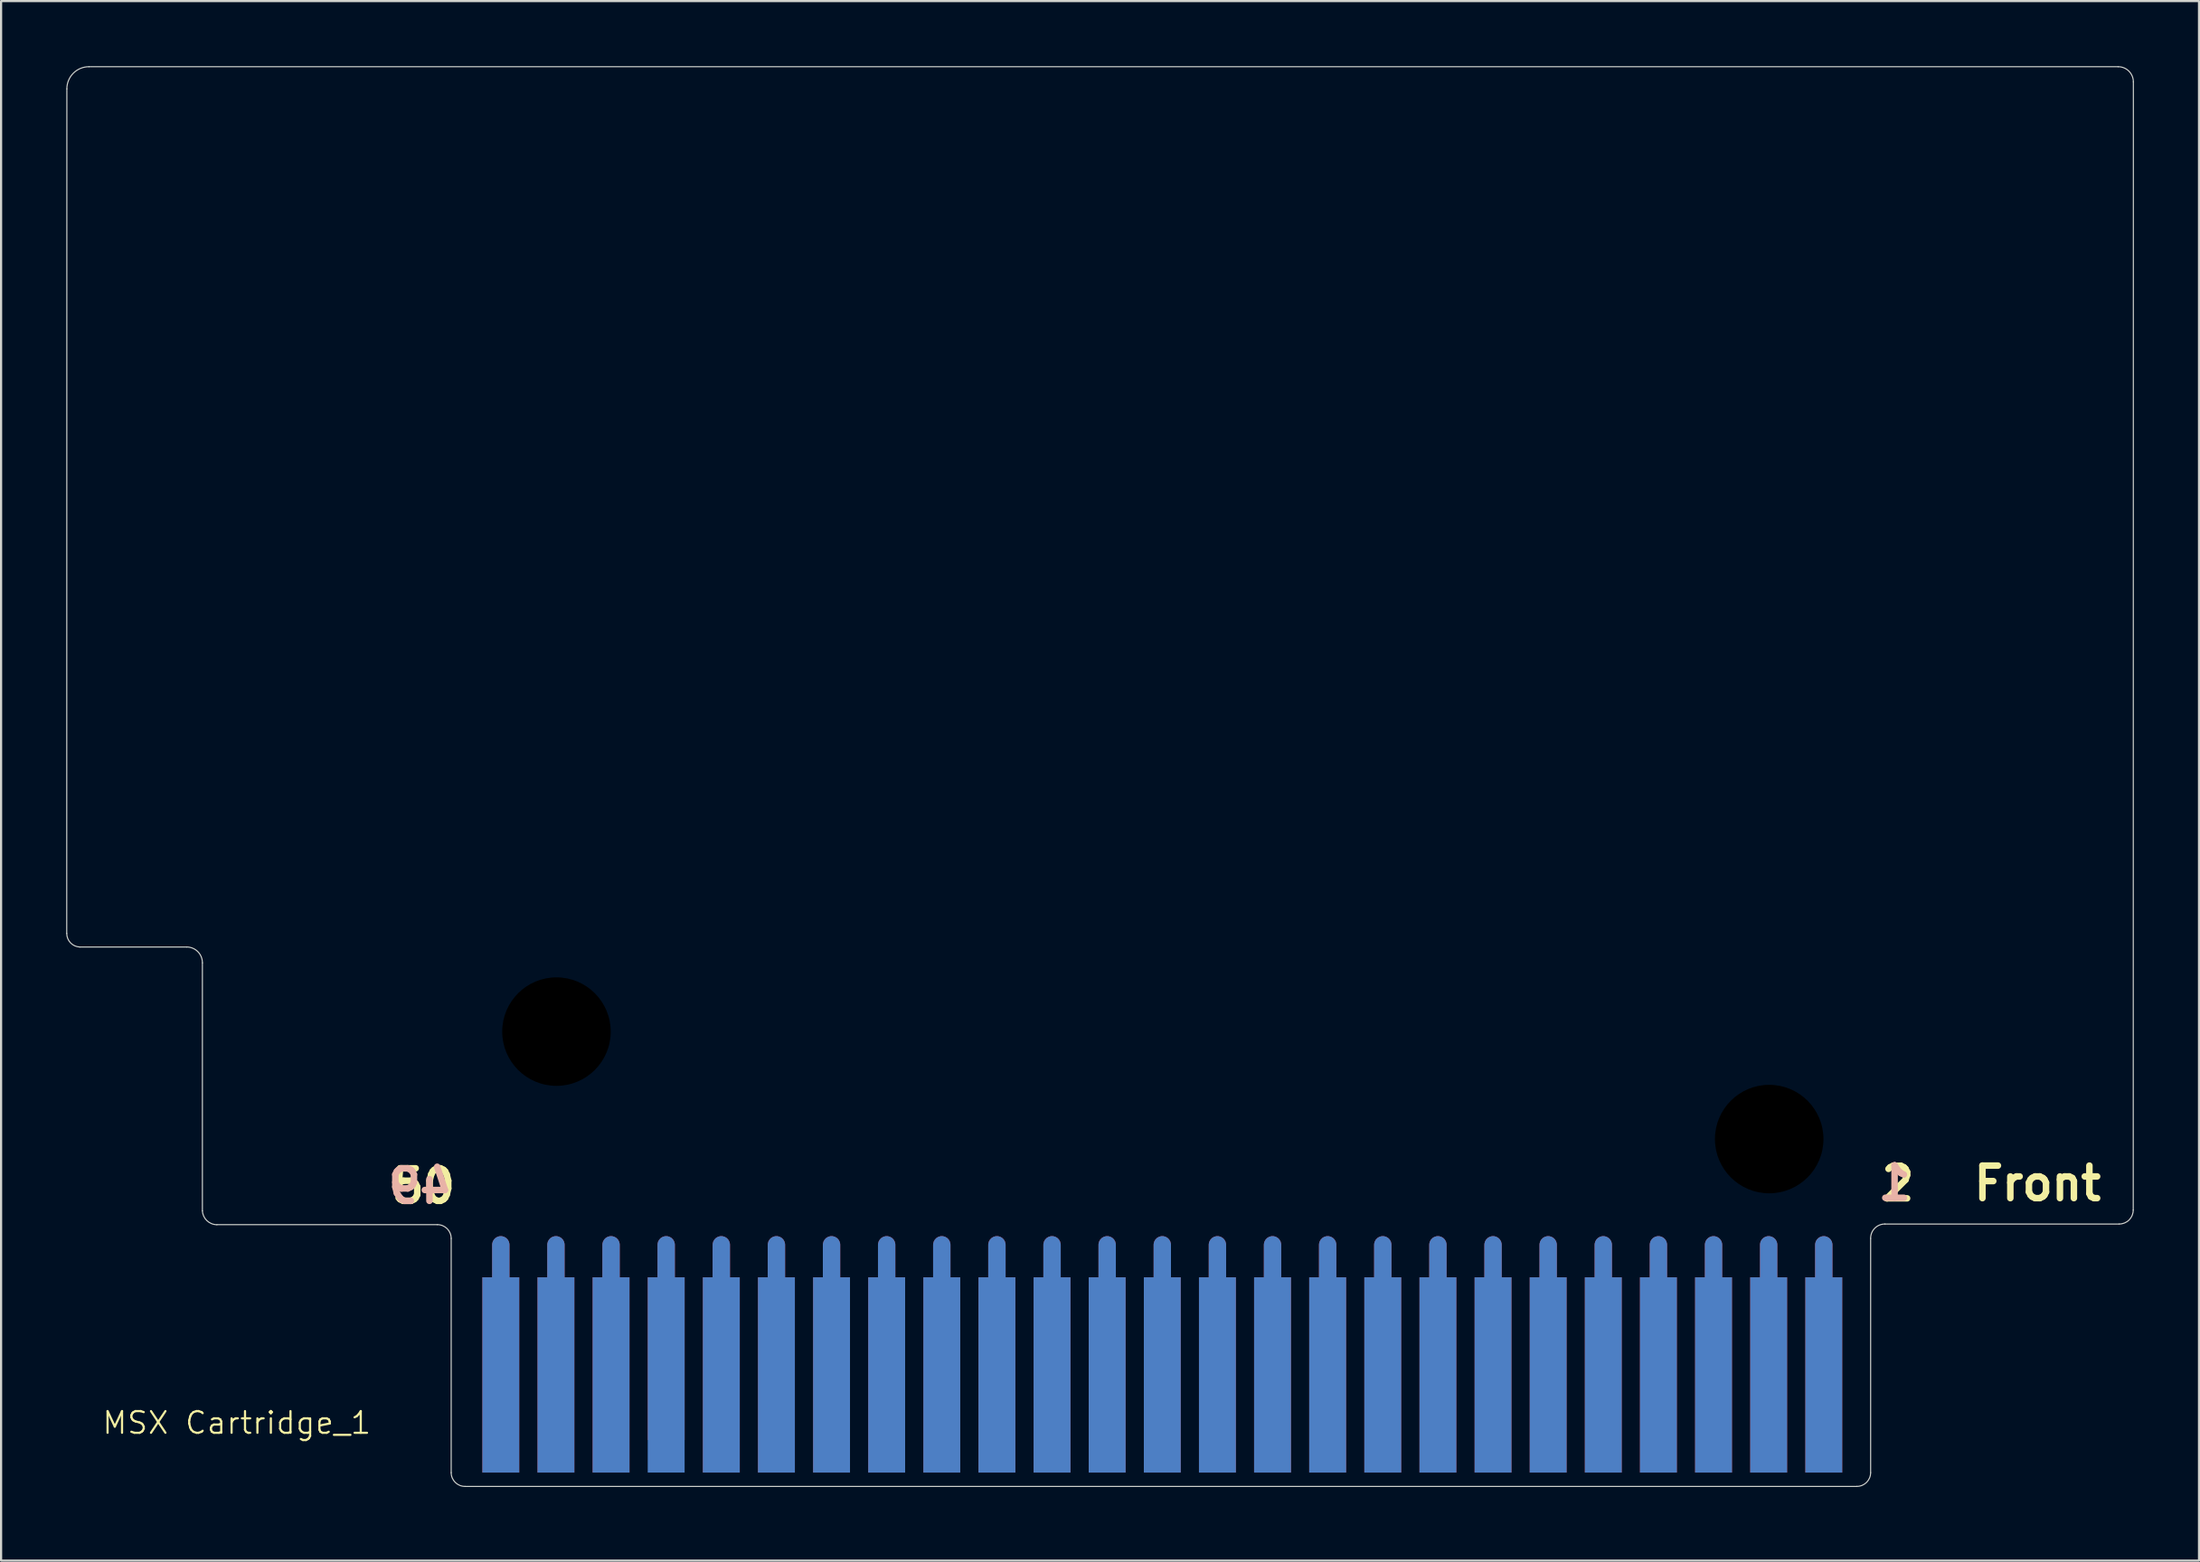
<source format=kicad_pcb>
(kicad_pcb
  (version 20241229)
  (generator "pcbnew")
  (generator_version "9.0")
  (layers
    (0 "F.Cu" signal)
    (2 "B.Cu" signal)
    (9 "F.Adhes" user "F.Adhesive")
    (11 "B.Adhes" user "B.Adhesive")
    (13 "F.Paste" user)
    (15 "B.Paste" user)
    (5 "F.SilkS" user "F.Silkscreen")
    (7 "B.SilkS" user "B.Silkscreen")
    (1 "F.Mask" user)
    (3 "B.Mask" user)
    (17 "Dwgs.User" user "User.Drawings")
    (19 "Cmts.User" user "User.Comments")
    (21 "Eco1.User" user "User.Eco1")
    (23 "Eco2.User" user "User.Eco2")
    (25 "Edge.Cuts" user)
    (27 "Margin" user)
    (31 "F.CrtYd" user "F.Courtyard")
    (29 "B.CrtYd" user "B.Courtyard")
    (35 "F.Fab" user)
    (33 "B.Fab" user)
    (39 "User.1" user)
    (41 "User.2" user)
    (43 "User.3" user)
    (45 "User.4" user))
  (footprint "MSX Cartridge_1"
    (layer "F.Cu")
    (at 20.051 55.875)
    (property "Reference" "MSX Cartridge_1" (at -12.192 6.659 0) (unlocked yes) (layer "F.SilkS") (effects (font (size 1 1) (thickness 0.1))))
    (attr smd)
    (fp_rect (start -2.311 -0.018) (end 63.094 9.609) (stroke (width 0) (type solid)) (fill yes) (layer "F.Mask"))
    (fp_rect (start 63.094 0.008) (end -2.311 9.609) (stroke (width 0) (type solid)) (fill yes) (layer "B.Mask"))
    (fp_line (start -20.02 -54.83) (end -20.026 -15.9) (stroke (width 0.05) (type default)) (layer "Edge.Cuts"))
    (fp_line (start -19.431 -15.275) (end -14.5 -15.275) (stroke (width 0.05) (type default)) (layer "Edge.Cuts"))
    (fp_line (start -19 -55.85) (end 74.5 -55.85) (stroke (width 0.05) (type default)) (layer "Edge.Cuts"))
    (fp_line (start -13.775 -3.116) (end -13.775 -14.546) (stroke (width 0.05) (type default)) (layer "Edge.Cuts"))
    (fp_line (start -2.946 -2.477) (end -13.106 -2.477) (stroke (width 0.05) (type default)) (layer "Edge.Cuts"))
    (fp_line (start -2.311 8.953) (end -2.311 -1.842) (stroke (width 0.05) (type default)) (layer "Edge.Cuts"))
    (fp_line (start 62.459 9.588) (end -1.676 9.588) (stroke (width 0.05) (type default)) (layer "Edge.Cuts"))
    (fp_line (start 63.094 -1.842) (end 63.094 8.953) (stroke (width 0.05) (type default)) (layer "Edge.Cuts"))
    (fp_line (start 74.549 -2.506) (end 63.754 -2.506) (stroke (width 0.05) (type default)) (layer "Edge.Cuts"))
    (fp_line (start 75.2 -55.15) (end 75.194 -3.15) (stroke (width 0.05) (type default)) (layer "Edge.Cuts"))
    (fp_arc (start -20.02 -54.83) (mid -19.721249 -55.551249) (end -19 -55.85) (stroke (width 0.05) (type default)) (layer "Edge.Cuts"))
    (fp_arc (start -19.431 -15.275023) (mid -19.853296 -15.468631) (end -20.025745 -15.9) (stroke (width 0.05) (type default)) (layer "Edge.Cuts"))
    (fp_arc (start -14.5 -15.275023) (mid -13.985924 -15.061257) (end -13.774988 -14.546013) (stroke (width 0.05) (type default)) (layer "Edge.Cuts"))
    (fp_arc (start -13.106431 -2.474189) (mid -13.568046 -2.66246) (end -13.774987 -3.116013) (stroke (width 0.05) (type default)) (layer "Edge.Cuts"))
    (fp_arc (start -2.9464 -2.4774) (mid -2.497387 -2.291413) (end -2.3114 -1.8424) (stroke (width 0.05) (type default)) (layer "Edge.Cuts"))
    (fp_arc (start -1.6764 9.5876) (mid -2.125413 9.401613) (end -2.3114 8.9526) (stroke (width 0.05) (type default)) (layer "Edge.Cuts"))
    (fp_arc (start 63.0936 8.9526) (mid 62.907613 9.401613) (end 62.4586 9.5876) (stroke (width 0.05) (type default)) (layer "Edge.Cuts"))
    (fp_arc (start 63.093601 -1.8424) (mid 63.284601 -2.312949) (end 63.754135 -2.50643) (stroke (width 0.05) (type default)) (layer "Edge.Cuts"))
    (fp_arc (start 74.5 -55.85) (mid 74.994975 -55.644975) (end 75.2 -55.15) (stroke (width 0.05) (type default)) (layer "Edge.Cuts"))
    (fp_arc (start 75.19357 -3.15) (mid 75.004767 -2.694622) (end 74.549135 -2.506431) (stroke (width 0.05) (type default)) (layer "Edge.Cuts"))
    (fp_text user "50" (at -5.216 -3.375 0) (unlocked yes) (layer "F.SilkS") (effects (font (size 1.5 1.5) (thickness 0.3) (bold yes)) (justify left bottom)))
    (fp_text user "2" (at 63.434 -3.491 0) (unlocked yes) (layer "F.SilkS") (effects (font (size 1.5 1.5) (thickness 0.3) (bold yes)) (justify left bottom)))
    (fp_text user "Front" (at 67.691 -3.5 0) (unlocked yes) (layer "F.SilkS") (effects (font (size 1.5 1.5) (thickness 0.3) (bold yes)) (justify left bottom)))
    (fp_text user "49" (at -2.116 -3.375 0) (unlocked yes) (layer "B.SilkS") (effects (font (size 1.5 1.5) (thickness 0.3) (bold yes)) (justify left bottom mirror)))
    (fp_text user "1" (at 65.109 -3.516 0) (unlocked yes) (layer "B.SilkS") (effects (font (size 1.5 1.5) (thickness 0.3) (bold yes)) (justify left bottom mirror)))
    (pad "" np_thru_hole circle (at 2.54 -11.375) (size 6 6) (drill 5) (layers "*.Mask"))
    (pad "" np_thru_hole circle (at 58.42 -6.422) (size 6 6) (drill 5) (layers "*.Mask"))
    (pad "1" smd custom (at 60.935 -1.549) (size 0.6 0.6) (layers "B.Cu" "B.Mask" "B.Paste") (options (anchor circle)) (primitives (gr_line (start 0 1.5) (end 0 0) (width 0.8)) (gr_poly (pts (xy 0.85 1.5) (xy 0.85 10.5) (xy -0.85 10.5) (xy -0.85 1.5)) (width 0) (fill yes))))
    (pad "2" smd custom (at 60.935 -1.549) (size 0.6 0.6) (layers "F.Cu" "F.Mask" "F.Paste") (options (anchor circle)) (primitives (gr_line (start 0 0) (end 0 1.5) (width 0.8)) (gr_poly (pts (xy -0.85 1.5) (xy -0.85 10.5) (xy 0.85 10.5) (xy 0.85 1.5)) (width 0) (fill yes))))
    (pad "3" smd custom (at 58.395 -1.549) (size 0.6 0.6) (layers "B.Cu" "B.Mask" "B.Paste") (options (anchor circle)) (primitives (gr_line (start 0 1.5) (end 0 0) (width 0.8)) (gr_poly (pts (xy 0.85 1.5) (xy 0.85 10.5) (xy -0.85 10.5) (xy -0.85 1.5)) (width 0) (fill yes))))
    (pad "4" smd custom (at 58.395 -1.549) (size 0.6 0.6) (layers "F.Cu" "F.Mask" "F.Paste") (options (anchor circle)) (primitives (gr_line (start 0 0) (end 0 1.5) (width 0.8)) (gr_poly (pts (xy -0.85 1.5) (xy -0.85 10.5) (xy 0.85 10.5) (xy 0.85 1.5)) (width 0) (fill yes))))
    (pad "5" smd custom (at 55.855 -1.549) (size 0.6 0.6) (layers "B.Cu" "B.Mask" "B.Paste") (options (anchor circle)) (primitives (gr_line (start 0 1.5) (end 0 0) (width 0.8)) (gr_poly (pts (xy 0.85 1.5) (xy 0.85 10.5) (xy -0.85 10.5) (xy -0.85 1.5)) (width 0) (fill yes))))
    (pad "6" smd custom (at 55.855 -1.549) (size 0.6 0.6) (layers "F.Cu" "F.Mask" "F.Paste") (options (anchor circle)) (primitives (gr_line (start 0 0) (end 0 1.5) (width 0.8)) (gr_poly (pts (xy -0.85 1.5) (xy -0.85 10.5) (xy 0.85 10.5) (xy 0.85 1.5)) (width 0) (fill yes))))
    (pad "7" smd custom (at 53.315 -1.549) (size 0.6 0.6) (layers "B.Cu" "B.Mask" "B.Paste") (options (anchor circle)) (primitives (gr_line (start 0 1.5) (end 0 0) (width 0.8)) (gr_poly (pts (xy 0.85 1.5) (xy 0.85 10.5) (xy -0.85 10.5) (xy -0.85 1.5)) (width 0) (fill yes))))
    (pad "8" smd custom (at 53.315 -1.549) (size 0.6 0.6) (layers "F.Cu" "F.Mask" "F.Paste") (options (anchor circle)) (primitives (gr_line (start 0 0) (end 0 1.5) (width 0.8)) (gr_poly (pts (xy -0.85 1.5) (xy -0.85 10.5) (xy 0.85 10.5) (xy 0.85 1.5)) (width 0) (fill yes))))
    (pad "9" smd custom (at 50.775 -1.549) (size 0.6 0.6) (layers "B.Cu" "B.Mask" "B.Paste") (options (anchor circle)) (primitives (gr_line (start 0 1.5) (end 0 0) (width 0.8)) (gr_poly (pts (xy 0.85 1.5) (xy 0.85 10.5) (xy -0.85 10.5) (xy -0.85 1.5)) (width 0) (fill yes))))
    (pad "10" smd custom (at 50.775 -1.549) (size 0.6 0.6) (layers "F.Cu" "F.Mask" "F.Paste") (options (anchor circle)) (primitives (gr_line (start 0 0) (end 0 1.5) (width 0.8)) (gr_poly (pts (xy -0.85 1.5) (xy -0.85 10.5) (xy 0.85 10.5) (xy 0.85 1.5)) (width 0) (fill yes))))
    (pad "11" smd custom (at 48.235 -1.549) (size 0.6 0.6) (layers "B.Cu" "B.Mask" "B.Paste") (options (anchor circle)) (primitives (gr_line (start 0 1.5) (end 0 0) (width 0.8)) (gr_poly (pts (xy 0.85 1.5) (xy 0.85 10.5) (xy -0.85 10.5) (xy -0.85 1.5)) (width 0) (fill yes))))
    (pad "12" smd custom (at 48.235 -1.549) (size 0.6 0.6) (layers "F.Cu" "F.Mask" "F.Paste") (options (anchor circle)) (primitives (gr_line (start 0 0) (end 0 1.5) (width 0.8)) (gr_poly (pts (xy -0.85 1.5) (xy -0.85 10.5) (xy 0.85 10.5) (xy 0.85 1.5)) (width 0) (fill yes))))
    (pad "13" smd custom (at 45.695 -1.549) (size 0.6 0.6) (layers "B.Cu" "B.Mask" "B.Paste") (options (anchor circle)) (primitives (gr_line (start 0 1.5) (end 0 0) (width 0.8)) (gr_poly (pts (xy 0.85 1.5) (xy 0.85 10.5) (xy -0.85 10.5) (xy -0.85 1.5)) (width 0) (fill yes))))
    (pad "14" smd custom (at 45.695 -1.549) (size 0.6 0.6) (layers "F.Cu" "F.Mask" "F.Paste") (options (anchor circle)) (primitives (gr_line (start 0 0) (end 0 1.5) (width 0.8)) (gr_poly (pts (xy -0.85 1.5) (xy -0.85 10.5) (xy 0.85 10.5) (xy 0.85 1.5)) (width 0) (fill yes))))
    (pad "15" smd custom (at 43.155 -1.549) (size 0.6 0.6) (layers "B.Cu" "B.Mask" "B.Paste") (options (anchor circle)) (primitives (gr_line (start 0 1.5) (end 0 0) (width 0.8)) (gr_poly (pts (xy 0.85 1.5) (xy 0.85 10.5) (xy -0.85 10.5) (xy -0.85 1.5)) (width 0) (fill yes))))
    (pad "16" smd custom (at 43.155 -1.549) (size 0.6 0.6) (layers "F.Cu" "F.Mask" "F.Paste") (options (anchor circle)) (primitives (gr_line (start 0 0) (end 0 1.5) (width 0.8)) (gr_poly (pts (xy -0.85 1.5) (xy -0.85 10.5) (xy 0.85 10.5) (xy 0.85 1.5)) (width 0) (fill yes))))
    (pad "17" smd custom (at 40.615 -1.549) (size 0.6 0.6) (layers "B.Cu" "B.Mask" "B.Paste") (options (anchor circle)) (primitives (gr_line (start 0 1.5) (end 0 0) (width 0.8)) (gr_poly (pts (xy 0.85 1.5) (xy 0.85 10.5) (xy -0.85 10.5) (xy -0.85 1.5)) (width 0) (fill yes))))
    (pad "18" smd custom (at 40.615 -1.549) (size 0.6 0.6) (layers "F.Cu" "F.Mask" "F.Paste") (options (anchor circle)) (primitives (gr_line (start 0 0) (end 0 1.5) (width 0.8)) (gr_poly (pts (xy -0.85 1.5) (xy -0.85 10.5) (xy 0.85 10.5) (xy 0.85 1.5)) (width 0) (fill yes))))
    (pad "19" smd custom (at 38.075 -1.549) (size 0.6 0.6) (layers "B.Cu" "B.Mask" "B.Paste") (options (anchor circle)) (primitives (gr_line (start 0 1.5) (end 0 0) (width 0.8)) (gr_poly (pts (xy 0.85 1.5) (xy 0.85 10.5) (xy -0.85 10.5) (xy -0.85 1.5)) (width 0) (fill yes))))
    (pad "20" smd custom (at 38.075 -1.549) (size 0.6 0.6) (layers "F.Cu" "F.Mask" "F.Paste") (options (anchor circle)) (primitives (gr_line (start 0 0) (end 0 1.5) (width 0.8)) (gr_poly (pts (xy -0.85 1.5) (xy -0.85 10.5) (xy 0.85 10.5) (xy 0.85 1.5)) (width 0) (fill yes))))
    (pad "21" smd custom (at 35.535 -1.549) (size 0.6 0.6) (layers "B.Cu" "B.Mask" "B.Paste") (options (anchor circle)) (primitives (gr_line (start 0 1.5) (end 0 0) (width 0.8)) (gr_poly (pts (xy 0.85 1.5) (xy 0.85 10.5) (xy -0.85 10.5) (xy -0.85 1.5)) (width 0) (fill yes))))
    (pad "22" smd custom (at 35.535 -1.549) (size 0.6 0.6) (layers "F.Cu" "F.Mask" "F.Paste") (options (anchor circle)) (primitives (gr_line (start 0 0) (end 0 1.5) (width 0.8)) (gr_poly (pts (xy -0.85 1.5) (xy -0.85 10.5) (xy 0.85 10.5) (xy 0.85 1.5)) (width 0) (fill yes))))
    (pad "23" smd custom (at 32.995 -1.549) (size 0.6 0.6) (layers "B.Cu" "B.Mask" "B.Paste") (options (anchor circle)) (primitives (gr_line (start 0 1.5) (end 0 0) (width 0.8)) (gr_poly (pts (xy 0.85 1.5) (xy 0.85 10.5) (xy -0.85 10.5) (xy -0.85 1.5)) (width 0) (fill yes))))
    (pad "24" smd custom (at 32.995 -1.549) (size 0.6 0.6) (layers "F.Cu" "F.Mask" "F.Paste") (options (anchor circle)) (primitives (gr_line (start 0 0) (end 0 1.5) (width 0.8)) (gr_poly (pts (xy -0.85 1.5) (xy -0.85 10.5) (xy 0.85 10.5) (xy 0.85 1.5)) (width 0) (fill yes))))
    (pad "25" smd custom (at 30.455 -1.549) (size 0.6 0.6) (layers "B.Cu" "B.Mask" "B.Paste") (options (anchor circle)) (primitives (gr_line (start 0 1.5) (end 0 0) (width 0.8)) (gr_poly (pts (xy 0.85 1.5) (xy 0.85 10.5) (xy -0.85 10.5) (xy -0.85 1.5)) (width 0) (fill yes))))
    (pad "26" smd custom (at 30.455 -1.549) (size 0.6 0.6) (layers "F.Cu" "F.Mask" "F.Paste") (options (anchor circle)) (primitives (gr_line (start 0 0) (end 0 1.5) (width 0.8)) (gr_poly (pts (xy -0.85 1.5) (xy -0.85 10.5) (xy 0.85 10.5) (xy 0.85 1.5)) (width 0) (fill yes))))
    (pad "27" smd custom (at 27.915 -1.549) (size 0.6 0.6) (layers "B.Cu" "B.Mask" "B.Paste") (options (anchor circle)) (primitives (gr_line (start 0 1.5) (end 0 0) (width 0.8)) (gr_poly (pts (xy 0.85 1.5) (xy 0.85 10.5) (xy -0.85 10.5) (xy -0.85 1.5)) (width 0) (fill yes))))
    (pad "28" smd custom (at 27.915 -1.549) (size 0.6 0.6) (layers "F.Cu" "F.Mask" "F.Paste") (options (anchor circle)) (primitives (gr_line (start 0 0) (end 0 1.5) (width 0.8)) (gr_poly (pts (xy -0.85 1.5) (xy -0.85 10.5) (xy 0.85 10.5) (xy 0.85 1.5)) (width 0) (fill yes))))
    (pad "29" smd custom (at 25.375 -1.549) (size 0.6 0.6) (layers "B.Cu" "B.Mask" "B.Paste") (options (anchor circle)) (primitives (gr_line (start 0 1.5) (end 0 0) (width 0.8)) (gr_poly (pts (xy 0.85 1.5) (xy 0.85 10.5) (xy -0.85 10.5) (xy -0.85 1.5)) (width 0) (fill yes))))
    (pad "30" smd custom (at 25.375 -1.549) (size 0.6 0.6) (layers "F.Cu" "F.Mask" "F.Paste") (options (anchor circle)) (primitives (gr_line (start 0 0) (end 0 1.5) (width 0.8)) (gr_poly (pts (xy -0.85 1.5) (xy -0.85 10.5) (xy 0.85 10.5) (xy 0.85 1.5)) (width 0) (fill yes))))
    (pad "31" smd custom (at 22.835 -1.549) (size 0.6 0.6) (layers "B.Cu" "B.Mask" "B.Paste") (options (anchor circle)) (primitives (gr_line (start 0 1.5) (end 0 0) (width 0.8)) (gr_poly (pts (xy 0.85 1.5) (xy 0.85 10.5) (xy -0.85 10.5) (xy -0.85 1.5)) (width 0) (fill yes))))
    (pad "32" smd custom (at 22.835 -1.549) (size 0.6 0.6) (layers "F.Cu" "F.Mask" "F.Paste") (options (anchor circle)) (primitives (gr_line (start 0 0) (end 0 1.5) (width 0.8)) (gr_poly (pts (xy -0.85 1.5) (xy -0.85 10.5) (xy 0.85 10.5) (xy 0.85 1.5)) (width 0) (fill yes))))
    (pad "33" smd custom (at 20.295 -1.549) (size 0.6 0.6) (layers "B.Cu" "B.Mask" "B.Paste") (options (anchor circle)) (primitives (gr_line (start 0 1.5) (end 0 0) (width 0.8)) (gr_poly (pts (xy 0.85 1.5) (xy 0.85 10.5) (xy -0.85 10.5) (xy -0.85 1.5)) (width 0) (fill yes))))
    (pad "34" smd custom (at 20.295 -1.549) (size 0.6 0.6) (layers "F.Cu" "F.Mask" "F.Paste") (options (anchor circle)) (primitives (gr_line (start 0 0) (end 0 1.5) (width 0.8)) (gr_poly (pts (xy -0.85 1.5) (xy -0.85 10.5) (xy 0.85 10.5) (xy 0.85 1.5)) (width 0) (fill yes))))
    (pad "35" smd custom (at 17.755 -1.549) (size 0.6 0.6) (layers "B.Cu" "B.Mask" "B.Paste") (options (anchor circle)) (primitives (gr_line (start 0 1.5) (end 0 0) (width 0.8)) (gr_poly (pts (xy 0.85 1.5) (xy 0.85 10.5) (xy -0.85 10.5) (xy -0.85 1.5)) (width 0) (fill yes))))
    (pad "36" smd custom (at 17.755 -1.549) (size 0.6 0.6) (layers "F.Cu" "F.Mask" "F.Paste") (options (anchor circle)) (primitives (gr_line (start 0 0) (end 0 1.5) (width 0.8)) (gr_poly (pts (xy -0.85 1.5) (xy -0.85 10.5) (xy 0.85 10.5) (xy 0.85 1.5)) (width 0) (fill yes))))
    (pad "37" smd custom (at 15.215 -1.549) (size 0.6 0.6) (layers "B.Cu" "B.Mask" "B.Paste") (options (anchor circle)) (primitives (gr_line (start 0 1.5) (end 0 0) (width 0.8)) (gr_poly (pts (xy 0.85 1.5) (xy 0.85 10.5) (xy -0.85 10.5) (xy -0.85 1.5)) (width 0) (fill yes))))
    (pad "38" smd custom (at 15.215 -1.549) (size 0.6 0.6) (layers "F.Cu" "F.Mask" "F.Paste") (options (anchor circle)) (primitives (gr_line (start 0 0) (end 0 1.5) (width 0.8)) (gr_poly (pts (xy -0.85 1.5) (xy -0.85 10.5) (xy 0.85 10.5) (xy 0.85 1.5)) (width 0) (fill yes))))
    (pad "39" smd custom (at 12.675 -1.549) (size 0.6 0.6) (layers "B.Cu" "B.Mask" "B.Paste") (options (anchor circle)) (primitives (gr_line (start 0 1.5) (end 0 0) (width 0.8)) (gr_poly (pts (xy 0.85 1.5) (xy 0.85 10.5) (xy -0.85 10.5) (xy -0.85 1.5)) (width 0) (fill yes))))
    (pad "40" smd custom (at 12.675 -1.549) (size 0.6 0.6) (layers "F.Cu" "F.Mask" "F.Paste") (options (anchor circle)) (primitives (gr_line (start 0 0) (end 0 1.5) (width 0.8)) (gr_poly (pts (xy -0.85 1.5) (xy -0.85 10.5) (xy 0.85 10.5) (xy 0.85 1.5)) (width 0) (fill yes))))
    (pad "41" smd custom (at 10.135 -1.549) (size 0.6 0.6) (layers "B.Cu" "B.Mask" "B.Paste") (options (anchor circle)) (primitives (gr_line (start 0 1.5) (end 0 0) (width 0.8)) (gr_poly (pts (xy 0.85 1.5) (xy 0.85 10.5) (xy -0.85 10.5) (xy -0.85 1.5)) (width 0) (fill yes))))
    (pad "42" smd custom (at 10.135 -1.549) (size 0.6 0.6) (layers "F.Cu" "F.Mask" "F.Paste") (options (anchor circle)) (primitives (gr_line (start 0 0) (end 0 1.5) (width 0.8)) (gr_poly (pts (xy -0.85 1.5) (xy -0.85 10.5) (xy 0.85 10.5) (xy 0.85 1.5)) (width 0) (fill yes))))
    (pad "43" smd custom (at 7.595 -1.549) (size 0.6 0.6) (layers "B.Cu" "B.Mask" "B.Paste") (options (anchor circle)) (primitives (gr_line (start 0 1.5) (end 0 0) (width 0.8)) (gr_poly (pts (xy 0.85 1.5) (xy 0.85 10.5) (xy -0.85 10.5) (xy -0.85 1.5)) (width 0) (fill yes))))
    (pad "44" smd custom (at 7.595 -1.549) (size 0.6 0.6) (layers "F.Cu" "F.Mask" "F.Paste") (options (anchor circle)) (primitives (gr_line (start 0 0) (end 0 1.5) (width 0.8)) (gr_poly (pts (xy -0.85 1.5) (xy -0.85 9) (xy 0.85 9) (xy 0.85 1.5)) (width 0) (fill yes))))
    (pad "45" smd custom (at 5.055 -1.549) (size 0.6 0.6) (layers "B.Cu" "B.Mask" "B.Paste") (options (anchor circle)) (primitives (gr_line (start 0 1.5) (end 0 0) (width 0.8)) (gr_poly (pts (xy 0.85 1.5) (xy 0.85 10.5) (xy -0.85 10.5) (xy -0.85 1.5)) (width 0) (fill yes))))
    (pad "46" smd custom (at 5.055 -1.549) (size 0.6 0.6) (layers "F.Cu" "F.Mask" "F.Paste") (options (anchor circle)) (primitives (gr_line (start 0 0) (end 0 1.5) (width 0.8)) (gr_poly (pts (xy -0.85 1.5) (xy -0.85 10.5) (xy 0.85 10.5) (xy 0.85 1.5)) (width 0) (fill yes))))
    (pad "47" smd custom (at 2.515 -1.549) (size 0.6 0.6) (layers "B.Cu" "B.Mask" "B.Paste") (options (anchor circle)) (primitives (gr_line (start 0 1.5) (end 0 0) (width 0.8)) (gr_poly (pts (xy 0.85 1.5) (xy 0.85 10.5) (xy -0.85 10.5) (xy -0.85 1.5)) (width 0) (fill yes))))
    (pad "48" smd custom (at 2.515 -1.549) (size 0.6 0.6) (layers "F.Cu" "F.Mask" "F.Paste") (options (anchor circle)) (primitives (gr_line (start 0 0) (end 0 1.5) (width 0.8)) (gr_poly (pts (xy -0.85 1.5) (xy -0.85 10.5) (xy 0.85 10.5) (xy 0.85 1.5)) (width 0) (fill yes))))
    (pad "49" smd custom (at -0.025 -1.549) (size 0.6 0.6) (layers "B.Cu" "B.Mask" "B.Paste") (options (anchor circle)) (primitives (gr_line (start 0 1.5) (end 0 0) (width 0.8)) (gr_poly (pts (xy 0.85 1.5) (xy 0.85 10.5) (xy -0.85 10.5) (xy -0.85 1.5)) (width 0) (fill yes))))
    (pad "50" smd custom (at -0.025 -1.549) (size 0.6 0.6) (layers "F.Cu" "F.Mask" "F.Paste") (options (anchor circle)) (primitives (gr_line (start 0 0) (end 0 1.5) (width 0.8)) (gr_poly (pts (xy -0.85 1.5) (xy -0.85 10.5) (xy 0.85 10.5) (xy 0.85 1.5)) (width 0) (fill yes))))
    (zone (net_name "") (layers "F.Cu" "B.Cu") (hatch edge 0.5) (connect_pads) (min_thickness 0.25) (filled_areas_thickness no) (keepout (tracks not_allowed) (vias not_allowed) (pads not_allowed) (copperpour not_allowed) (footprints allowed)) (placement (enabled no)) (fill) (polygon (pts (xy 17.051 55.873) (xy 83.551 55.873) (xy 83.525 65.883) (xy 17.025 65.883)))))
  (gr_rect
    (start -3 -3)
    (end 98.276 68.883)
    (stroke (width 0.1) (type default))
    (fill no)
    (layer "Edge.Cuts")))
</source>
